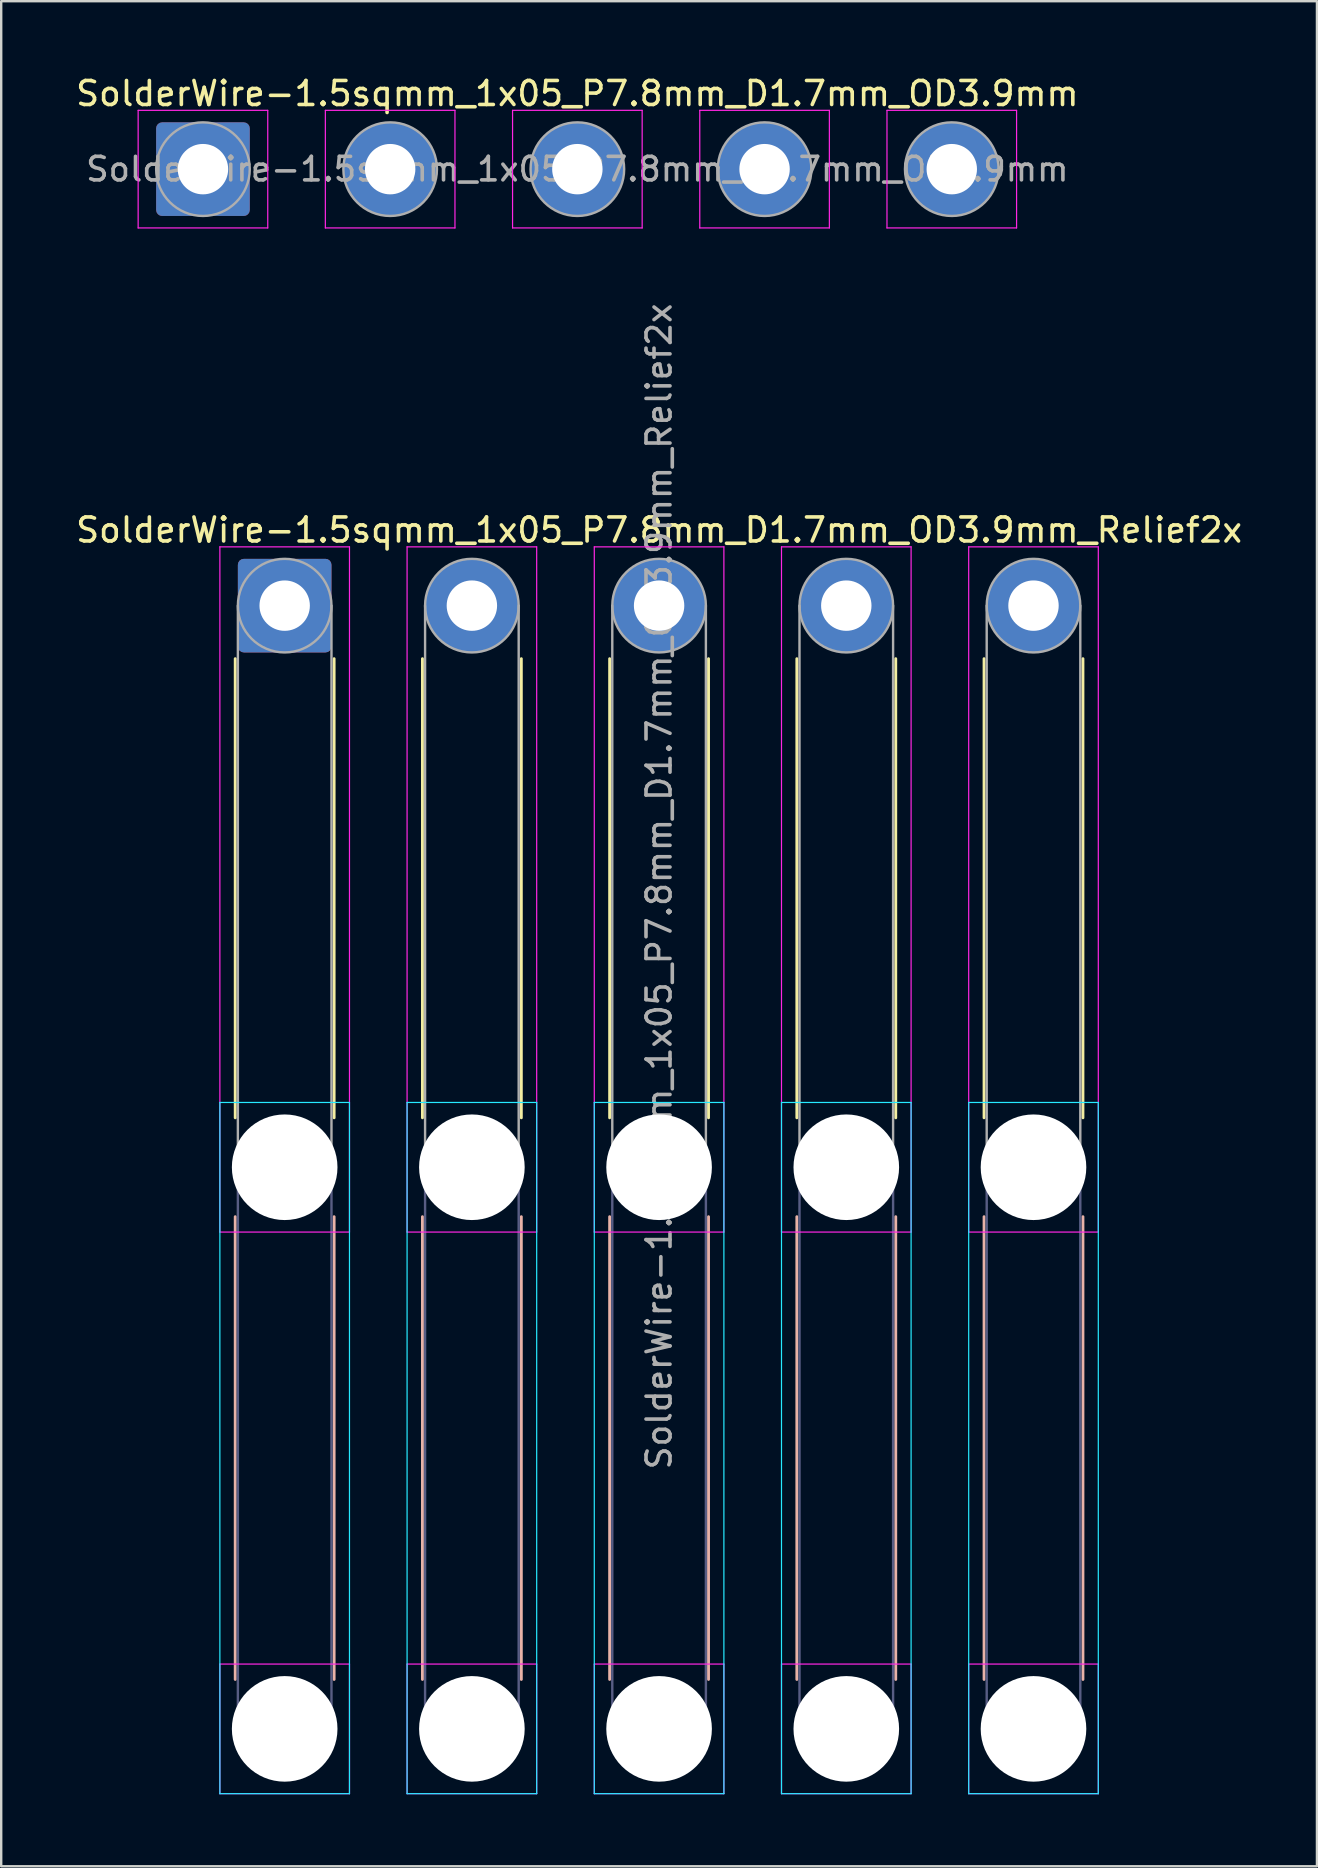
<source format=kicad_pcb>
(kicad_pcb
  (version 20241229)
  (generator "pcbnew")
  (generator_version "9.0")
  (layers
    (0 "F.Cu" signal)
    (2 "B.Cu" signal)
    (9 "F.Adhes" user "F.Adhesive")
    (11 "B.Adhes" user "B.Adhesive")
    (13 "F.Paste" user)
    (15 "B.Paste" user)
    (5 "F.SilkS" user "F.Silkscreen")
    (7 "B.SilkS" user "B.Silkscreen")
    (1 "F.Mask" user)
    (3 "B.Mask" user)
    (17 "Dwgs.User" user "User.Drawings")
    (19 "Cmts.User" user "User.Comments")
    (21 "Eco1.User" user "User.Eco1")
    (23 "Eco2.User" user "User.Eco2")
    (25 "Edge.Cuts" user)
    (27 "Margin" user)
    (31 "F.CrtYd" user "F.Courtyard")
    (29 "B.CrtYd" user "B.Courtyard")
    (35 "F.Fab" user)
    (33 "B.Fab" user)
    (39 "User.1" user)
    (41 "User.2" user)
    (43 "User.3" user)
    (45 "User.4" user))
  (footprint "SolderWire-1.5sqmm_1x05_P7.8mm_D1.7mm_OD3.9mm"
    (layer "F.Cu")
    (at 5.406 3.998)
    (property "Reference" "SolderWire-1.5sqmm_1x05_P7.8mm_D1.7mm_OD3.9mm" (at 15.6 -3.15 0) (layer "F.SilkS") (effects (font (size 1 1) (thickness 0.15))))
    (attr exclude_from_pos_files exclude_from_bom)
    (fp_line (start -2.7 -2.45) (end -2.7 2.45) (stroke (width 0.05) (type solid)) (layer "F.CrtYd"))
    (fp_line (start -2.7 2.45) (end 2.7 2.45) (stroke (width 0.05) (type solid)) (layer "F.CrtYd"))
    (fp_line (start 2.7 -2.45) (end -2.7 -2.45) (stroke (width 0.05) (type solid)) (layer "F.CrtYd"))
    (fp_line (start 2.7 2.45) (end 2.7 -2.45) (stroke (width 0.05) (type solid)) (layer "F.CrtYd"))
    (fp_line (start 5.1 -2.45) (end 5.1 2.45) (stroke (width 0.05) (type solid)) (layer "F.CrtYd"))
    (fp_line (start 5.1 2.45) (end 10.5 2.45) (stroke (width 0.05) (type solid)) (layer "F.CrtYd"))
    (fp_line (start 10.5 -2.45) (end 5.1 -2.45) (stroke (width 0.05) (type solid)) (layer "F.CrtYd"))
    (fp_line (start 10.5 2.45) (end 10.5 -2.45) (stroke (width 0.05) (type solid)) (layer "F.CrtYd"))
    (fp_line (start 12.9 -2.45) (end 12.9 2.45) (stroke (width 0.05) (type solid)) (layer "F.CrtYd"))
    (fp_line (start 12.9 2.45) (end 18.3 2.45) (stroke (width 0.05) (type solid)) (layer "F.CrtYd"))
    (fp_line (start 18.3 -2.45) (end 12.9 -2.45) (stroke (width 0.05) (type solid)) (layer "F.CrtYd"))
    (fp_line (start 18.3 2.45) (end 18.3 -2.45) (stroke (width 0.05) (type solid)) (layer "F.CrtYd"))
    (fp_line (start 20.7 -2.45) (end 20.7 2.45) (stroke (width 0.05) (type solid)) (layer "F.CrtYd"))
    (fp_line (start 20.7 2.45) (end 26.1 2.45) (stroke (width 0.05) (type solid)) (layer "F.CrtYd"))
    (fp_line (start 26.1 -2.45) (end 20.7 -2.45) (stroke (width 0.05) (type solid)) (layer "F.CrtYd"))
    (fp_line (start 26.1 2.45) (end 26.1 -2.45) (stroke (width 0.05) (type solid)) (layer "F.CrtYd"))
    (fp_line (start 28.5 -2.45) (end 28.5 2.45) (stroke (width 0.05) (type solid)) (layer "F.CrtYd"))
    (fp_line (start 28.5 2.45) (end 33.9 2.45) (stroke (width 0.05) (type solid)) (layer "F.CrtYd"))
    (fp_line (start 33.9 -2.45) (end 28.5 -2.45) (stroke (width 0.05) (type solid)) (layer "F.CrtYd"))
    (fp_line (start 33.9 2.45) (end 33.9 -2.45) (stroke (width 0.05) (type solid)) (layer "F.CrtYd"))
    (fp_circle (center 0 0) (end 1.95 0) (stroke (width 0.1) (type solid)) (fill no) (layer "F.Fab"))
    (fp_circle (center 7.8 0) (end 9.75 0) (stroke (width 0.1) (type solid)) (fill no) (layer "F.Fab"))
    (fp_circle (center 15.6 0) (end 17.55 0) (stroke (width 0.1) (type solid)) (fill no) (layer "F.Fab"))
    (fp_circle (center 23.4 0) (end 25.35 0) (stroke (width 0.1) (type solid)) (fill no) (layer "F.Fab"))
    (fp_circle (center 31.2 0) (end 33.15 0) (stroke (width 0.1) (type solid)) (fill no) (layer "F.Fab"))
    (fp_text user "${REFERENCE}" (at 15.6 0 0) (layer "F.Fab") (effects (font (size 0.98 0.98) (thickness 0.15))))
    (pad "1" thru_hole roundrect (at 0 0) (size 3.9 3.9) (drill 2.1) (layers "*.Cu" "*.Mask") (roundrect_rratio 0.064))
    (pad "2" thru_hole circle (at 7.8 0) (size 3.9 3.9) (drill 2.1) (layers "*.Cu" "*.Mask"))
    (pad "3" thru_hole circle (at 15.6 0) (size 3.9 3.9) (drill 2.1) (layers "*.Cu" "*.Mask"))
    (pad "4" thru_hole circle (at 23.4 0) (size 3.9 3.9) (drill 2.1) (layers "*.Cu" "*.Mask"))
    (pad "5" thru_hole circle (at 31.2 0) (size 3.9 3.9) (drill 2.1) (layers "*.Cu" "*.Mask")))
  (footprint "SolderWire-1.5sqmm_1x05_P7.8mm_D1.7mm_OD3.9mm_Relief2x"
    (layer "F.Cu")
    (at 8.811 22.184)
    (property "Reference" "SolderWire-1.5sqmm_1x05_P7.8mm_D1.7mm_OD3.9mm_Relief2x" (at 15.6 -3.15 0) (layer "F.SilkS") (effects (font (size 1 1) (thickness 0.15))))
    (attr exclude_from_pos_files exclude_from_bom)
    (fp_line (start -2.06 2.21) (end -2.06 21.34) (stroke (width 0.12) (type solid)) (layer "F.SilkS"))
    (fp_line (start 2.06 2.21) (end 2.06 21.34) (stroke (width 0.12) (type solid)) (layer "F.SilkS"))
    (fp_line (start 5.74 2.21) (end 5.74 21.34) (stroke (width 0.12) (type solid)) (layer "F.SilkS"))
    (fp_line (start 9.86 2.21) (end 9.86 21.34) (stroke (width 0.12) (type solid)) (layer "F.SilkS"))
    (fp_line (start 13.54 2.21) (end 13.54 21.34) (stroke (width 0.12) (type solid)) (layer "F.SilkS"))
    (fp_line (start 17.66 2.21) (end 17.66 21.34) (stroke (width 0.12) (type solid)) (layer "F.SilkS"))
    (fp_line (start 21.34 2.21) (end 21.34 21.34) (stroke (width 0.12) (type solid)) (layer "F.SilkS"))
    (fp_line (start 25.46 2.21) (end 25.46 21.34) (stroke (width 0.12) (type solid)) (layer "F.SilkS"))
    (fp_line (start 29.14 2.21) (end 29.14 21.34) (stroke (width 0.12) (type solid)) (layer "F.SilkS"))
    (fp_line (start 33.26 2.21) (end 33.26 21.34) (stroke (width 0.12) (type solid)) (layer "F.SilkS"))
    (fp_line (start -2.06 25.46) (end -2.06 44.74) (stroke (width 0.12) (type solid)) (layer "B.SilkS"))
    (fp_line (start 2.06 25.46) (end 2.06 44.74) (stroke (width 0.12) (type solid)) (layer "B.SilkS"))
    (fp_line (start 5.74 25.46) (end 5.74 44.74) (stroke (width 0.12) (type solid)) (layer "B.SilkS"))
    (fp_line (start 9.86 25.46) (end 9.86 44.74) (stroke (width 0.12) (type solid)) (layer "B.SilkS"))
    (fp_line (start 13.54 25.46) (end 13.54 44.74) (stroke (width 0.12) (type solid)) (layer "B.SilkS"))
    (fp_line (start 17.66 25.46) (end 17.66 44.74) (stroke (width 0.12) (type solid)) (layer "B.SilkS"))
    (fp_line (start 21.34 25.46) (end 21.34 44.74) (stroke (width 0.12) (type solid)) (layer "B.SilkS"))
    (fp_line (start 25.46 25.46) (end 25.46 44.74) (stroke (width 0.12) (type solid)) (layer "B.SilkS"))
    (fp_line (start 29.14 25.46) (end 29.14 44.74) (stroke (width 0.12) (type solid)) (layer "B.SilkS"))
    (fp_line (start 33.26 25.46) (end 33.26 44.74) (stroke (width 0.12) (type solid)) (layer "B.SilkS"))
    (fp_line (start -2.7 20.7) (end -2.7 49.5) (stroke (width 0.05) (type solid)) (layer "B.CrtYd"))
    (fp_line (start -2.7 49.5) (end 2.7 49.5) (stroke (width 0.05) (type solid)) (layer "B.CrtYd"))
    (fp_line (start 2.7 20.7) (end -2.7 20.7) (stroke (width 0.05) (type solid)) (layer "B.CrtYd"))
    (fp_line (start 2.7 49.5) (end 2.7 20.7) (stroke (width 0.05) (type solid)) (layer "B.CrtYd"))
    (fp_line (start 5.1 20.7) (end 5.1 49.5) (stroke (width 0.05) (type solid)) (layer "B.CrtYd"))
    (fp_line (start 5.1 49.5) (end 10.5 49.5) (stroke (width 0.05) (type solid)) (layer "B.CrtYd"))
    (fp_line (start 10.5 20.7) (end 5.1 20.7) (stroke (width 0.05) (type solid)) (layer "B.CrtYd"))
    (fp_line (start 10.5 49.5) (end 10.5 20.7) (stroke (width 0.05) (type solid)) (layer "B.CrtYd"))
    (fp_line (start 12.9 20.7) (end 12.9 49.5) (stroke (width 0.05) (type solid)) (layer "B.CrtYd"))
    (fp_line (start 12.9 49.5) (end 18.3 49.5) (stroke (width 0.05) (type solid)) (layer "B.CrtYd"))
    (fp_line (start 18.3 20.7) (end 12.9 20.7) (stroke (width 0.05) (type solid)) (layer "B.CrtYd"))
    (fp_line (start 18.3 49.5) (end 18.3 20.7) (stroke (width 0.05) (type solid)) (layer "B.CrtYd"))
    (fp_line (start 20.7 20.7) (end 20.7 49.5) (stroke (width 0.05) (type solid)) (layer "B.CrtYd"))
    (fp_line (start 20.7 49.5) (end 26.1 49.5) (stroke (width 0.05) (type solid)) (layer "B.CrtYd"))
    (fp_line (start 26.1 20.7) (end 20.7 20.7) (stroke (width 0.05) (type solid)) (layer "B.CrtYd"))
    (fp_line (start 26.1 49.5) (end 26.1 20.7) (stroke (width 0.05) (type solid)) (layer "B.CrtYd"))
    (fp_line (start 28.5 20.7) (end 28.5 49.5) (stroke (width 0.05) (type solid)) (layer "B.CrtYd"))
    (fp_line (start 28.5 49.5) (end 33.9 49.5) (stroke (width 0.05) (type solid)) (layer "B.CrtYd"))
    (fp_line (start 33.9 20.7) (end 28.5 20.7) (stroke (width 0.05) (type solid)) (layer "B.CrtYd"))
    (fp_line (start 33.9 49.5) (end 33.9 20.7) (stroke (width 0.05) (type solid)) (layer "B.CrtYd"))
    (fp_line (start -2.7 -2.45) (end -2.7 26.1) (stroke (width 0.05) (type solid)) (layer "F.CrtYd"))
    (fp_line (start -2.7 26.1) (end 2.7 26.1) (stroke (width 0.05) (type solid)) (layer "F.CrtYd"))
    (fp_line (start -2.7 44.1) (end -2.7 49.5) (stroke (width 0.05) (type solid)) (layer "F.CrtYd"))
    (fp_line (start -2.7 49.5) (end 2.7 49.5) (stroke (width 0.05) (type solid)) (layer "F.CrtYd"))
    (fp_line (start 2.7 -2.45) (end -2.7 -2.45) (stroke (width 0.05) (type solid)) (layer "F.CrtYd"))
    (fp_line (start 2.7 26.1) (end 2.7 -2.45) (stroke (width 0.05) (type solid)) (layer "F.CrtYd"))
    (fp_line (start 2.7 44.1) (end -2.7 44.1) (stroke (width 0.05) (type solid)) (layer "F.CrtYd"))
    (fp_line (start 2.7 49.5) (end 2.7 44.1) (stroke (width 0.05) (type solid)) (layer "F.CrtYd"))
    (fp_line (start 5.1 -2.45) (end 5.1 26.1) (stroke (width 0.05) (type solid)) (layer "F.CrtYd"))
    (fp_line (start 5.1 26.1) (end 10.5 26.1) (stroke (width 0.05) (type solid)) (layer "F.CrtYd"))
    (fp_line (start 5.1 44.1) (end 5.1 49.5) (stroke (width 0.05) (type solid)) (layer "F.CrtYd"))
    (fp_line (start 5.1 49.5) (end 10.5 49.5) (stroke (width 0.05) (type solid)) (layer "F.CrtYd"))
    (fp_line (start 10.5 -2.45) (end 5.1 -2.45) (stroke (width 0.05) (type solid)) (layer "F.CrtYd"))
    (fp_line (start 10.5 26.1) (end 10.5 -2.45) (stroke (width 0.05) (type solid)) (layer "F.CrtYd"))
    (fp_line (start 10.5 44.1) (end 5.1 44.1) (stroke (width 0.05) (type solid)) (layer "F.CrtYd"))
    (fp_line (start 10.5 49.5) (end 10.5 44.1) (stroke (width 0.05) (type solid)) (layer "F.CrtYd"))
    (fp_line (start 12.9 -2.45) (end 12.9 26.1) (stroke (width 0.05) (type solid)) (layer "F.CrtYd"))
    (fp_line (start 12.9 26.1) (end 18.3 26.1) (stroke (width 0.05) (type solid)) (layer "F.CrtYd"))
    (fp_line (start 12.9 44.1) (end 12.9 49.5) (stroke (width 0.05) (type solid)) (layer "F.CrtYd"))
    (fp_line (start 12.9 49.5) (end 18.3 49.5) (stroke (width 0.05) (type solid)) (layer "F.CrtYd"))
    (fp_line (start 18.3 -2.45) (end 12.9 -2.45) (stroke (width 0.05) (type solid)) (layer "F.CrtYd"))
    (fp_line (start 18.3 26.1) (end 18.3 -2.45) (stroke (width 0.05) (type solid)) (layer "F.CrtYd"))
    (fp_line (start 18.3 44.1) (end 12.9 44.1) (stroke (width 0.05) (type solid)) (layer "F.CrtYd"))
    (fp_line (start 18.3 49.5) (end 18.3 44.1) (stroke (width 0.05) (type solid)) (layer "F.CrtYd"))
    (fp_line (start 20.7 -2.45) (end 20.7 26.1) (stroke (width 0.05) (type solid)) (layer "F.CrtYd"))
    (fp_line (start 20.7 26.1) (end 26.1 26.1) (stroke (width 0.05) (type solid)) (layer "F.CrtYd"))
    (fp_line (start 20.7 44.1) (end 20.7 49.5) (stroke (width 0.05) (type solid)) (layer "F.CrtYd"))
    (fp_line (start 20.7 49.5) (end 26.1 49.5) (stroke (width 0.05) (type solid)) (layer "F.CrtYd"))
    (fp_line (start 26.1 -2.45) (end 20.7 -2.45) (stroke (width 0.05) (type solid)) (layer "F.CrtYd"))
    (fp_line (start 26.1 26.1) (end 26.1 -2.45) (stroke (width 0.05) (type solid)) (layer "F.CrtYd"))
    (fp_line (start 26.1 44.1) (end 20.7 44.1) (stroke (width 0.05) (type solid)) (layer "F.CrtYd"))
    (fp_line (start 26.1 49.5) (end 26.1 44.1) (stroke (width 0.05) (type solid)) (layer "F.CrtYd"))
    (fp_line (start 28.5 -2.45) (end 28.5 26.1) (stroke (width 0.05) (type solid)) (layer "F.CrtYd"))
    (fp_line (start 28.5 26.1) (end 33.9 26.1) (stroke (width 0.05) (type solid)) (layer "F.CrtYd"))
    (fp_line (start 28.5 44.1) (end 28.5 49.5) (stroke (width 0.05) (type solid)) (layer "F.CrtYd"))
    (fp_line (start 28.5 49.5) (end 33.9 49.5) (stroke (width 0.05) (type solid)) (layer "F.CrtYd"))
    (fp_line (start 33.9 -2.45) (end 28.5 -2.45) (stroke (width 0.05) (type solid)) (layer "F.CrtYd"))
    (fp_line (start 33.9 26.1) (end 33.9 -2.45) (stroke (width 0.05) (type solid)) (layer "F.CrtYd"))
    (fp_line (start 33.9 44.1) (end 28.5 44.1) (stroke (width 0.05) (type solid)) (layer "F.CrtYd"))
    (fp_line (start 33.9 49.5) (end 33.9 44.1) (stroke (width 0.05) (type solid)) (layer "F.CrtYd"))
    (fp_line (start -1.95 23.4) (end -1.95 46.8) (stroke (width 0.1) (type solid)) (layer "B.Fab"))
    (fp_line (start 1.95 23.4) (end 1.95 46.8) (stroke (width 0.1) (type solid)) (layer "B.Fab"))
    (fp_line (start 5.85 23.4) (end 5.85 46.8) (stroke (width 0.1) (type solid)) (layer "B.Fab"))
    (fp_line (start 9.75 23.4) (end 9.75 46.8) (stroke (width 0.1) (type solid)) (layer "B.Fab"))
    (fp_line (start 13.65 23.4) (end 13.65 46.8) (stroke (width 0.1) (type solid)) (layer "B.Fab"))
    (fp_line (start 17.55 23.4) (end 17.55 46.8) (stroke (width 0.1) (type solid)) (layer "B.Fab"))
    (fp_line (start 21.45 23.4) (end 21.45 46.8) (stroke (width 0.1) (type solid)) (layer "B.Fab"))
    (fp_line (start 25.35 23.4) (end 25.35 46.8) (stroke (width 0.1) (type solid)) (layer "B.Fab"))
    (fp_line (start 29.25 23.4) (end 29.25 46.8) (stroke (width 0.1) (type solid)) (layer "B.Fab"))
    (fp_line (start 33.15 23.4) (end 33.15 46.8) (stroke (width 0.1) (type solid)) (layer "B.Fab"))
    (fp_circle (center 0 23.4) (end 1.95 23.4) (stroke (width 0.1) (type solid)) (fill no) (layer "B.Fab"))
    (fp_circle (center 0 46.8) (end 1.95 46.8) (stroke (width 0.1) (type solid)) (fill no) (layer "B.Fab"))
    (fp_circle (center 7.8 23.4) (end 9.75 23.4) (stroke (width 0.1) (type solid)) (fill no) (layer "B.Fab"))
    (fp_circle (center 7.8 46.8) (end 9.75 46.8) (stroke (width 0.1) (type solid)) (fill no) (layer "B.Fab"))
    (fp_circle (center 15.6 23.4) (end 17.55 23.4) (stroke (width 0.1) (type solid)) (fill no) (layer "B.Fab"))
    (fp_circle (center 15.6 46.8) (end 17.55 46.8) (stroke (width 0.1) (type solid)) (fill no) (layer "B.Fab"))
    (fp_circle (center 23.4 23.4) (end 25.35 23.4) (stroke (width 0.1) (type solid)) (fill no) (layer "B.Fab"))
    (fp_circle (center 23.4 46.8) (end 25.35 46.8) (stroke (width 0.1) (type solid)) (fill no) (layer "B.Fab"))
    (fp_circle (center 31.2 23.4) (end 33.15 23.4) (stroke (width 0.1) (type solid)) (fill no) (layer "B.Fab"))
    (fp_circle (center 31.2 46.8) (end 33.15 46.8) (stroke (width 0.1) (type solid)) (fill no) (layer "B.Fab"))
    (fp_line (start -1.95 0) (end -1.95 23.4) (stroke (width 0.1) (type solid)) (layer "F.Fab"))
    (fp_line (start 1.95 0) (end 1.95 23.4) (stroke (width 0.1) (type solid)) (layer "F.Fab"))
    (fp_line (start 5.85 0) (end 5.85 23.4) (stroke (width 0.1) (type solid)) (layer "F.Fab"))
    (fp_line (start 9.75 0) (end 9.75 23.4) (stroke (width 0.1) (type solid)) (layer "F.Fab"))
    (fp_line (start 13.65 0) (end 13.65 23.4) (stroke (width 0.1) (type solid)) (layer "F.Fab"))
    (fp_line (start 17.55 0) (end 17.55 23.4) (stroke (width 0.1) (type solid)) (layer "F.Fab"))
    (fp_line (start 21.45 0) (end 21.45 23.4) (stroke (width 0.1) (type solid)) (layer "F.Fab"))
    (fp_line (start 25.35 0) (end 25.35 23.4) (stroke (width 0.1) (type solid)) (layer "F.Fab"))
    (fp_line (start 29.25 0) (end 29.25 23.4) (stroke (width 0.1) (type solid)) (layer "F.Fab"))
    (fp_line (start 33.15 0) (end 33.15 23.4) (stroke (width 0.1) (type solid)) (layer "F.Fab"))
    (fp_circle (center 0 0) (end 1.95 0) (stroke (width 0.1) (type solid)) (fill no) (layer "F.Fab"))
    (fp_circle (center 0 23.4) (end 1.95 23.4) (stroke (width 0.1) (type solid)) (fill no) (layer "F.Fab"))
    (fp_circle (center 0 46.8) (end 1.95 46.8) (stroke (width 0.1) (type solid)) (fill no) (layer "F.Fab"))
    (fp_circle (center 7.8 0) (end 9.75 0) (stroke (width 0.1) (type solid)) (fill no) (layer "F.Fab"))
    (fp_circle (center 7.8 23.4) (end 9.75 23.4) (stroke (width 0.1) (type solid)) (fill no) (layer "F.Fab"))
    (fp_circle (center 7.8 46.8) (end 9.75 46.8) (stroke (width 0.1) (type solid)) (fill no) (layer "F.Fab"))
    (fp_circle (center 15.6 0) (end 17.55 0) (stroke (width 0.1) (type solid)) (fill no) (layer "F.Fab"))
    (fp_circle (center 15.6 23.4) (end 17.55 23.4) (stroke (width 0.1) (type solid)) (fill no) (layer "F.Fab"))
    (fp_circle (center 15.6 46.8) (end 17.55 46.8) (stroke (width 0.1) (type solid)) (fill no) (layer "F.Fab"))
    (fp_circle (center 23.4 0) (end 25.35 0) (stroke (width 0.1) (type solid)) (fill no) (layer "F.Fab"))
    (fp_circle (center 23.4 23.4) (end 25.35 23.4) (stroke (width 0.1) (type solid)) (fill no) (layer "F.Fab"))
    (fp_circle (center 23.4 46.8) (end 25.35 46.8) (stroke (width 0.1) (type solid)) (fill no) (layer "F.Fab"))
    (fp_circle (center 31.2 0) (end 33.15 0) (stroke (width 0.1) (type solid)) (fill no) (layer "F.Fab"))
    (fp_circle (center 31.2 23.4) (end 33.15 23.4) (stroke (width 0.1) (type solid)) (fill no) (layer "F.Fab"))
    (fp_circle (center 31.2 46.8) (end 33.15 46.8) (stroke (width 0.1) (type solid)) (fill no) (layer "F.Fab"))
    (fp_text user "${REFERENCE}" (at 15.6 11.7 90) (layer "F.Fab") (effects (font (size 1 1) (thickness 0.15))))
    (pad "" np_thru_hole circle (at 0 23.4) (size 4.4 4.4) (drill 4.4) (layers "*.Cu" "*.Mask"))
    (pad "" np_thru_hole circle (at 0 46.8) (size 4.4 4.4) (drill 4.4) (layers "*.Cu" "*.Mask"))
    (pad "" np_thru_hole circle (at 7.8 23.4) (size 4.4 4.4) (drill 4.4) (layers "*.Cu" "*.Mask"))
    (pad "" np_thru_hole circle (at 7.8 46.8) (size 4.4 4.4) (drill 4.4) (layers "*.Cu" "*.Mask"))
    (pad "" np_thru_hole circle (at 15.6 23.4) (size 4.4 4.4) (drill 4.4) (layers "*.Cu" "*.Mask"))
    (pad "" np_thru_hole circle (at 15.6 46.8) (size 4.4 4.4) (drill 4.4) (layers "*.Cu" "*.Mask"))
    (pad "" np_thru_hole circle (at 23.4 23.4) (size 4.4 4.4) (drill 4.4) (layers "*.Cu" "*.Mask"))
    (pad "" np_thru_hole circle (at 23.4 46.8) (size 4.4 4.4) (drill 4.4) (layers "*.Cu" "*.Mask"))
    (pad "" np_thru_hole circle (at 31.2 23.4) (size 4.4 4.4) (drill 4.4) (layers "*.Cu" "*.Mask"))
    (pad "" np_thru_hole circle (at 31.2 46.8) (size 4.4 4.4) (drill 4.4) (layers "*.Cu" "*.Mask"))
    (pad "1" thru_hole roundrect (at 0 0) (size 3.9 3.9) (drill 2.1) (layers "*.Cu" "*.Mask") (roundrect_rratio 0.064))
    (pad "2" thru_hole circle (at 7.8 0) (size 3.9 3.9) (drill 2.1) (layers "*.Cu" "*.Mask"))
    (pad "3" thru_hole circle (at 15.6 0) (size 3.9 3.9) (drill 2.1) (layers "*.Cu" "*.Mask"))
    (pad "4" thru_hole circle (at 23.4 0) (size 3.9 3.9) (drill 2.1) (layers "*.Cu" "*.Mask"))
    (pad "5" thru_hole circle (at 31.2 0) (size 3.9 3.9) (drill 2.1) (layers "*.Cu" "*.Mask")))
  (gr_rect
    (start -3 -3)
    (end 51.821 74.709)
    (stroke (width 0.1) (type default))
    (fill no)
    (layer "Edge.Cuts")))
</source>
